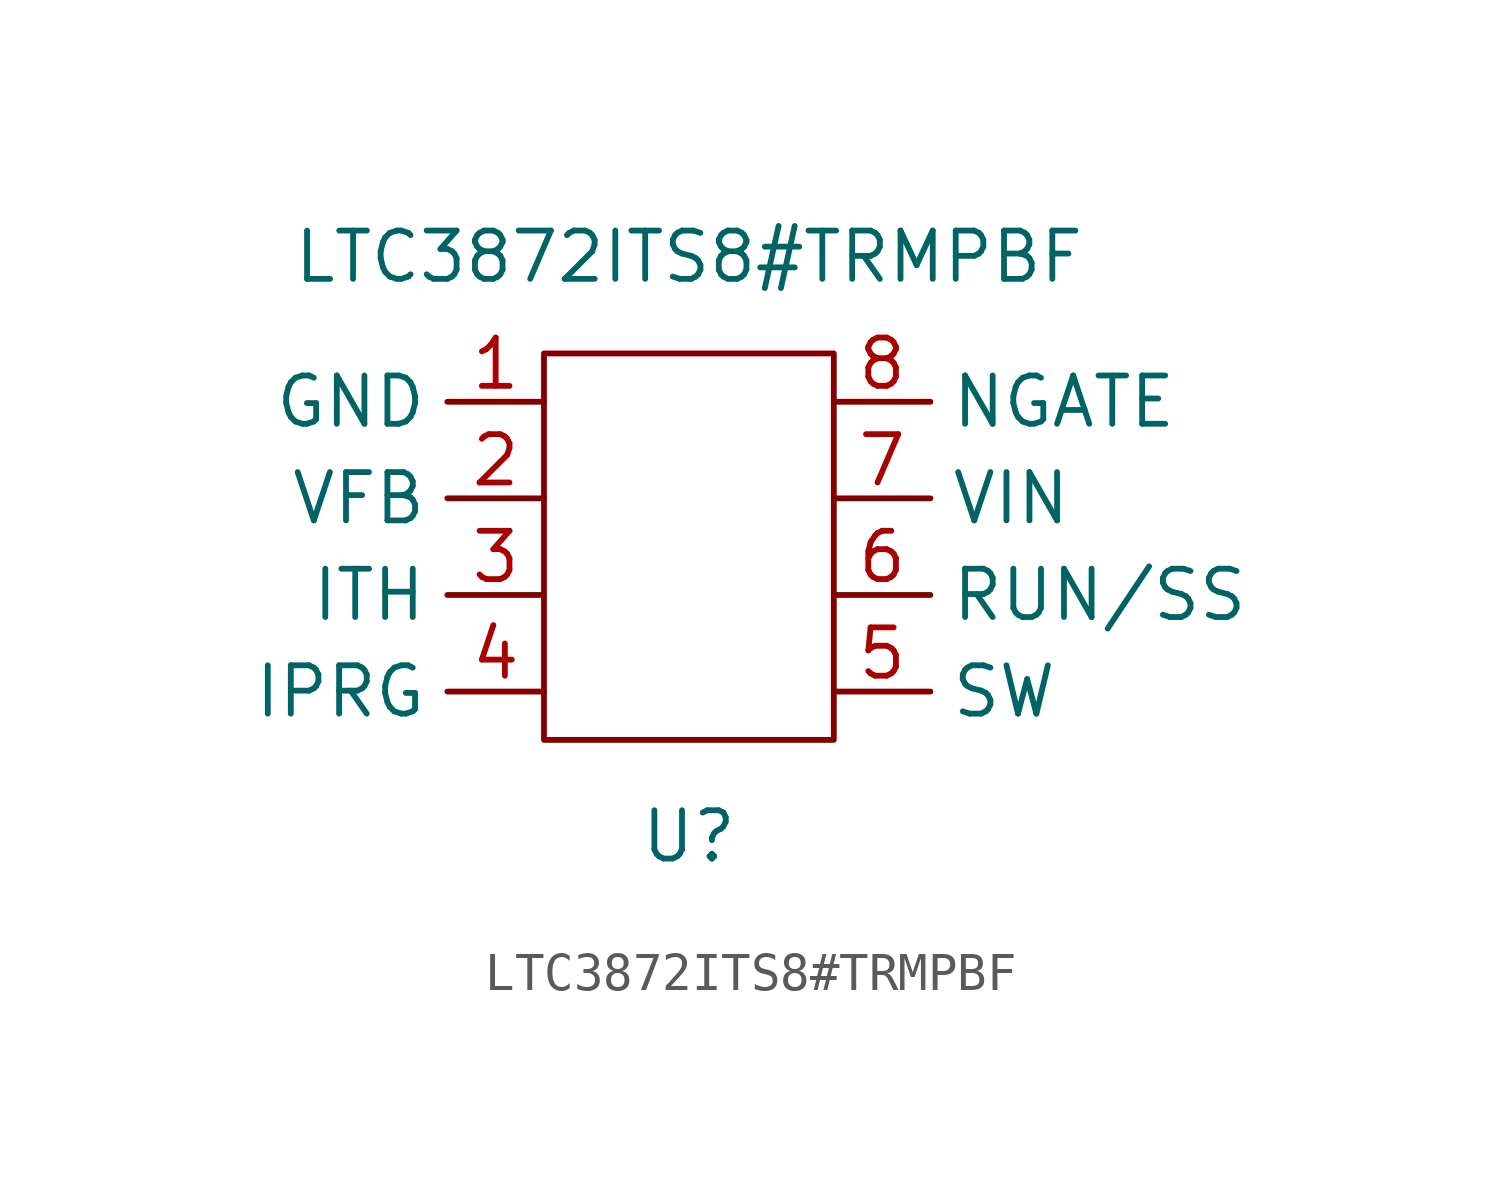
<source format=kicad_sym>
(kicad_symbol_lib
  (version 20211014)
  (generator kicad_symbol_editor)
  (symbol "LTC3872ITS8#TRMPBF"
    (property "Reference" "U"
      (at 0 -7.62 0)
      (effects (font (size 1.27 1.27))))
    (property "Value" "LTC3872ITS8#TRMPBF"
      (at 0 7.62 0)
      (effects (font (size 1.27 1.27))))
    (symbol "LTC3872ITS8#TRMPBF_0_1"
      (rectangle (start -3.81 5.08) (end 3.81 -5.08) (stroke (width 0) (type default) (color 0 0 0 0)) (fill (type none))))
    (symbol "LTC3872ITS8#TRMPBF_1_1"
      (pin power_in line (at -3.81 3.81 180) (length 2.54) (name "GND" (effects (font (size 1.27 1.27)))) (number "1" (effects (font (size 1.27 1.27)))))
      (pin input line (at -3.81 1.27 180) (length 2.54) (name "VFB" (effects (font (size 1.27 1.27)))) (number "2" (effects (font (size 1.27 1.27)))))
      (pin input line (at -3.81 -1.27 180) (length 2.54) (name "ITH" (effects (font (size 1.27 1.27)))) (number "3" (effects (font (size 1.27 1.27)))))
      (pin input line (at -3.81 -3.81 180) (length 2.54) (name "IPRG" (effects (font (size 1.27 1.27)))) (number "4" (effects (font (size 1.27 1.27)))))
      (pin input line (at 3.81 -3.81 0) (length 2.54) (name "SW" (effects (font (size 1.27 1.27)))) (number "5" (effects (font (size 1.27 1.27)))))
      (pin input line (at 3.81 -1.27 0) (length 2.54) (name "RUN/SS" (effects (font (size 1.27 1.27)))) (number "6" (effects (font (size 1.27 1.27)))))
      (pin power_in line (at 3.81 1.27 0) (length 2.54) (name "VIN" (effects (font (size 1.27 1.27)))) (number "7" (effects (font (size 1.27 1.27)))))
      (pin input line (at 3.81 3.81 0) (length 2.54) (name "NGATE" (effects (font (size 1.27 1.27)))) (number "8" (effects (font (size 1.27 1.27))))))))
</source>
